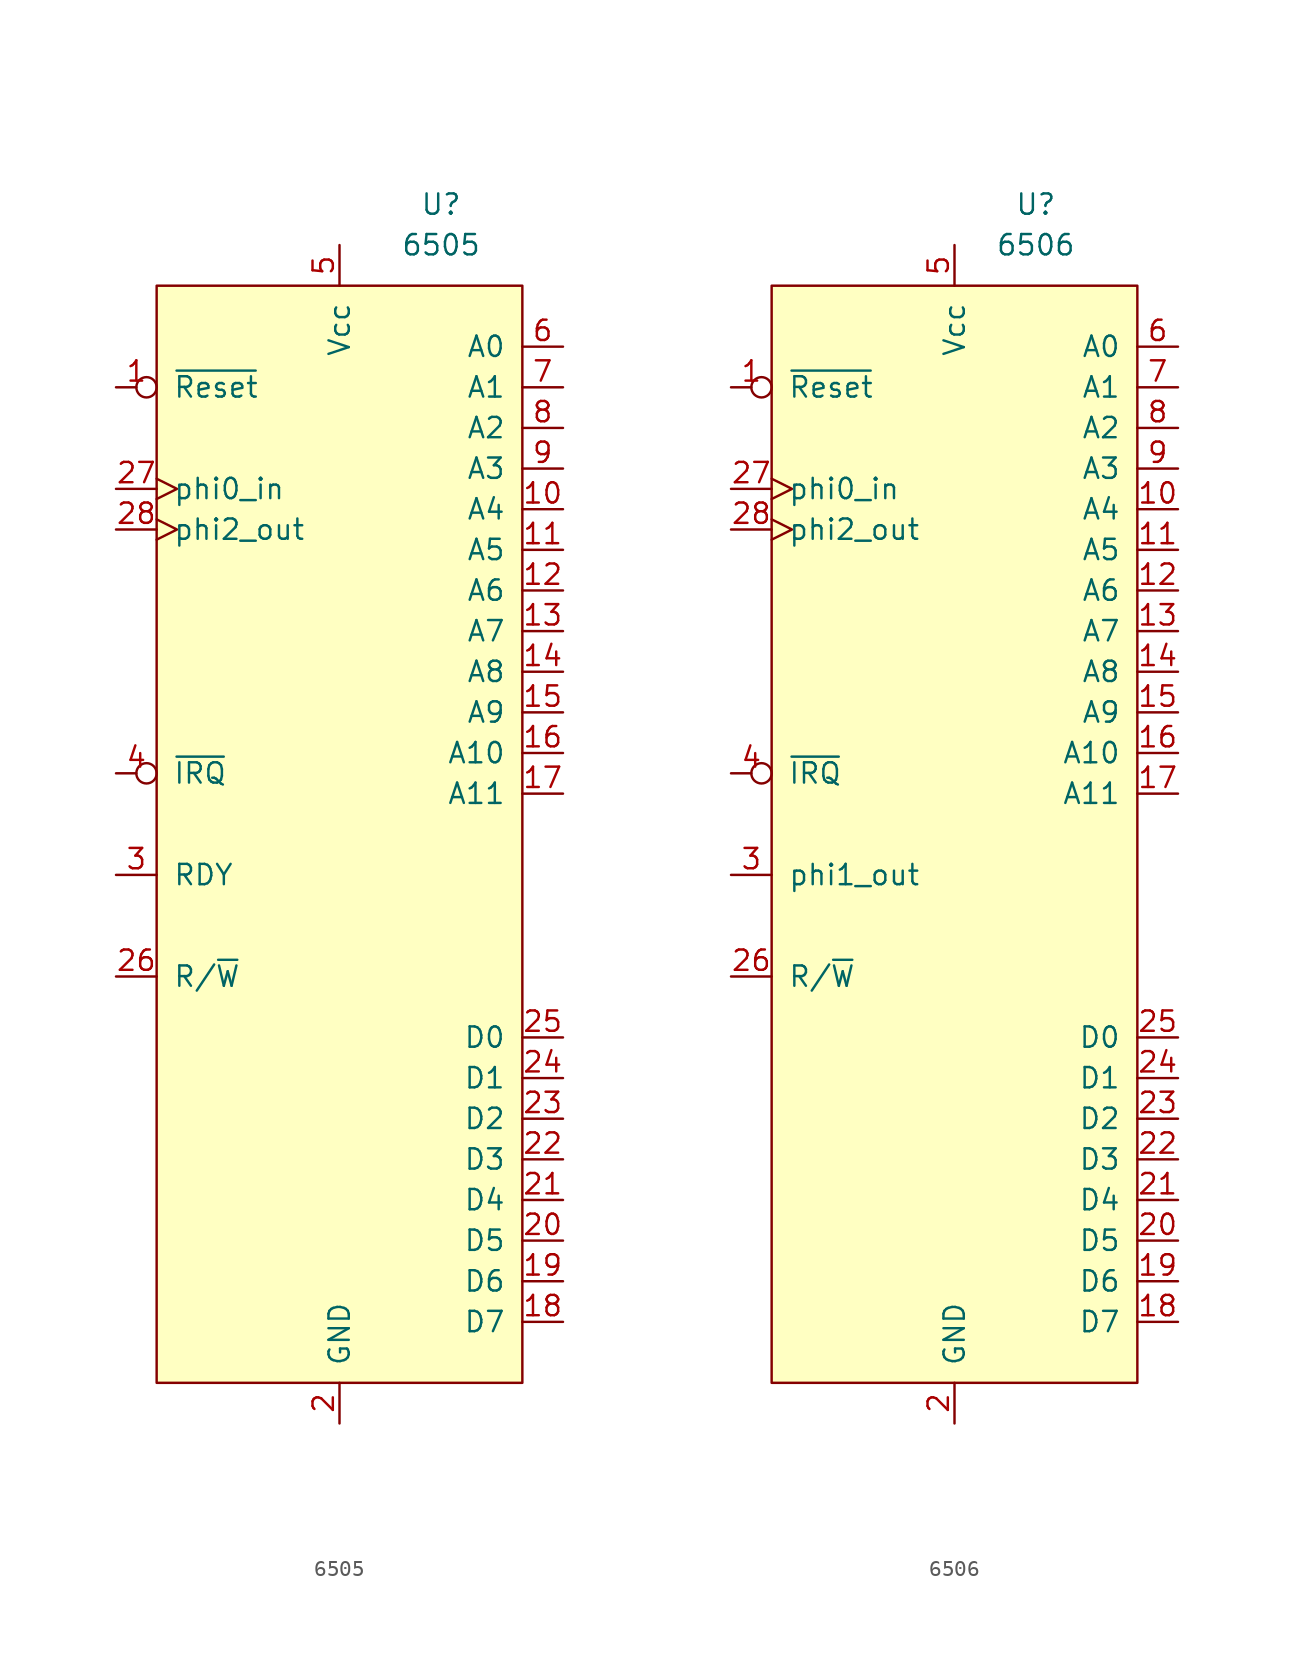
<source format=kicad_sym>
(kicad_symbol_lib
  (version 20201005)
  (generator kicad_symbol_editor)
  (symbol "C64:6505"
    (pin_names
      (offset 1.016))
    (property "Reference" "U"
      (at 0 1.27 0)
      (effects (font (size 1.27 1.27))))
    (property "Value" "6505"
      (at 0 -1.27 0)
      (effects (font (size 1.27 1.27))))
    (symbol "6505_1_1"
      (polyline (pts (xy -6.35 -3.81) (xy 2.54 -3.81) (xy 5.08 -3.81) (xy 5.08 -72.39) (xy -17.78 -72.39) (xy -17.78 -3.81) (xy -6.35 -3.81)) (stroke (width 0)) (fill (type background)))
      (pin input inverted (at -20.32 -10.16 0) (length 2.54) (name "~Reset~" (effects (font (size 1.27 1.27)))) (number "1" (effects (font (size 1.27 1.27)))))
      (pin output line (at 7.62 -17.78 180) (length 2.54) (name "A4" (effects (font (size 1.27 1.27)))) (number "10" (effects (font (size 1.27 1.27)))))
      (pin output line (at 7.62 -20.32 180) (length 2.54) (name "A5" (effects (font (size 1.27 1.27)))) (number "11" (effects (font (size 1.27 1.27)))))
      (pin output line (at 7.62 -22.86 180) (length 2.54) (name "A6" (effects (font (size 1.27 1.27)))) (number "12" (effects (font (size 1.27 1.27)))))
      (pin output line (at 7.62 -25.4 180) (length 2.54) (name "A7" (effects (font (size 1.27 1.27)))) (number "13" (effects (font (size 1.27 1.27)))))
      (pin output line (at 7.62 -27.94 180) (length 2.54) (name "A8" (effects (font (size 1.27 1.27)))) (number "14" (effects (font (size 1.27 1.27)))))
      (pin output line (at 7.62 -30.48 180) (length 2.54) (name "A9" (effects (font (size 1.27 1.27)))) (number "15" (effects (font (size 1.27 1.27)))))
      (pin output line (at 7.62 -33.02 180) (length 2.54) (name "A10" (effects (font (size 1.27 1.27)))) (number "16" (effects (font (size 1.27 1.27)))))
      (pin output line (at 7.62 -35.56 180) (length 2.54) (name "A11" (effects (font (size 1.27 1.27)))) (number "17" (effects (font (size 1.27 1.27)))))
      (pin bidirectional line (at 7.62 -68.58 180) (length 2.54) (name "D7" (effects (font (size 1.27 1.27)))) (number "18" (effects (font (size 1.27 1.27)))))
      (pin bidirectional line (at 7.62 -66.04 180) (length 2.54) (name "D6" (effects (font (size 1.27 1.27)))) (number "19" (effects (font (size 1.27 1.27)))))
      (pin power_in line (at -6.35 -74.93 90) (length 2.54) (name "GND" (effects (font (size 1.27 1.27)))) (number "2" (effects (font (size 1.27 1.27)))))
      (pin bidirectional line (at 7.62 -63.5 180) (length 2.54) (name "D5" (effects (font (size 1.27 1.27)))) (number "20" (effects (font (size 1.27 1.27)))))
      (pin bidirectional line (at 7.62 -60.96 180) (length 2.54) (name "D4" (effects (font (size 1.27 1.27)))) (number "21" (effects (font (size 1.27 1.27)))))
      (pin bidirectional line (at 7.62 -58.42 180) (length 2.54) (name "D3" (effects (font (size 1.27 1.27)))) (number "22" (effects (font (size 1.27 1.27)))))
      (pin bidirectional line (at 7.62 -55.88 180) (length 2.54) (name "D2" (effects (font (size 1.27 1.27)))) (number "23" (effects (font (size 1.27 1.27)))))
      (pin bidirectional line (at 7.62 -53.34 180) (length 2.54) (name "D1" (effects (font (size 1.27 1.27)))) (number "24" (effects (font (size 1.27 1.27)))))
      (pin bidirectional line (at 7.62 -50.8 180) (length 2.54) (name "D0" (effects (font (size 1.27 1.27)))) (number "25" (effects (font (size 1.27 1.27)))))
      (pin output line (at -20.32 -46.99 0) (length 2.54) (name "R/~W~" (effects (font (size 1.27 1.27)))) (number "26" (effects (font (size 1.27 1.27)))))
      (pin input clock (at -20.32 -16.51 0) (length 2.54) (name "phi0_in" (effects (font (size 1.27 1.27)))) (number "27" (effects (font (size 1.27 1.27)))))
      (pin output clock (at -20.32 -19.05 0) (length 2.54) (name "phi2_out" (effects (font (size 1.27 1.27)))) (number "28" (effects (font (size 1.27 1.27)))))
      (pin input line (at -20.32 -40.64 0) (length 2.54) (name "RDY" (effects (font (size 1.27 1.27)))) (number "3" (effects (font (size 1.27 1.27)))))
      (pin input inverted (at -20.32 -34.29 0) (length 2.54) (name "~IRQ~" (effects (font (size 1.27 1.27)))) (number "4" (effects (font (size 1.27 1.27)))))
      (pin power_in line (at -6.35 -1.27 270) (length 2.54) (name "Vcc" (effects (font (size 1.27 1.27)))) (number "5" (effects (font (size 1.27 1.27)))))
      (pin output line (at 7.62 -7.62 180) (length 2.54) (name "A0" (effects (font (size 1.27 1.27)))) (number "6" (effects (font (size 1.27 1.27)))))
      (pin output line (at 7.62 -10.16 180) (length 2.54) (name "A1" (effects (font (size 1.27 1.27)))) (number "7" (effects (font (size 1.27 1.27)))))
      (pin output line (at 7.62 -12.7 180) (length 2.54) (name "A2" (effects (font (size 1.27 1.27)))) (number "8" (effects (font (size 1.27 1.27)))))
      (pin output line (at 7.62 -15.24 180) (length 2.54) (name "A3" (effects (font (size 1.27 1.27)))) (number "9" (effects (font (size 1.27 1.27)))))))
  (symbol "C64:6506"
    (pin_names
      (offset 1.016))
    (property "Reference" "U"
      (at 0 0 0)
      (effects (font (size 1.27 1.27))))
    (property "Value" "6506"
      (at 0 -2.54 0)
      (effects (font (size 1.27 1.27))))
    (symbol "6506_1_1"
      (polyline (pts (xy -5.08 -5.08) (xy 3.81 -5.08) (xy 6.35 -5.08) (xy 6.35 -73.66) (xy -16.51 -73.66) (xy -16.51 -5.08) (xy -5.08 -5.08)) (stroke (width 0)) (fill (type background)))
      (pin input inverted (at -19.05 -11.43 0) (length 2.54) (name "~Reset~" (effects (font (size 1.27 1.27)))) (number "1" (effects (font (size 1.27 1.27)))))
      (pin output line (at 8.89 -19.05 180) (length 2.54) (name "A4" (effects (font (size 1.27 1.27)))) (number "10" (effects (font (size 1.27 1.27)))))
      (pin output line (at 8.89 -21.59 180) (length 2.54) (name "A5" (effects (font (size 1.27 1.27)))) (number "11" (effects (font (size 1.27 1.27)))))
      (pin output line (at 8.89 -24.13 180) (length 2.54) (name "A6" (effects (font (size 1.27 1.27)))) (number "12" (effects (font (size 1.27 1.27)))))
      (pin output line (at 8.89 -26.67 180) (length 2.54) (name "A7" (effects (font (size 1.27 1.27)))) (number "13" (effects (font (size 1.27 1.27)))))
      (pin output line (at 8.89 -29.21 180) (length 2.54) (name "A8" (effects (font (size 1.27 1.27)))) (number "14" (effects (font (size 1.27 1.27)))))
      (pin output line (at 8.89 -31.75 180) (length 2.54) (name "A9" (effects (font (size 1.27 1.27)))) (number "15" (effects (font (size 1.27 1.27)))))
      (pin output line (at 8.89 -34.29 180) (length 2.54) (name "A10" (effects (font (size 1.27 1.27)))) (number "16" (effects (font (size 1.27 1.27)))))
      (pin output line (at 8.89 -36.83 180) (length 2.54) (name "A11" (effects (font (size 1.27 1.27)))) (number "17" (effects (font (size 1.27 1.27)))))
      (pin bidirectional line (at 8.89 -69.85 180) (length 2.54) (name "D7" (effects (font (size 1.27 1.27)))) (number "18" (effects (font (size 1.27 1.27)))))
      (pin bidirectional line (at 8.89 -67.31 180) (length 2.54) (name "D6" (effects (font (size 1.27 1.27)))) (number "19" (effects (font (size 1.27 1.27)))))
      (pin power_in line (at -5.08 -76.2 90) (length 2.54) (name "GND" (effects (font (size 1.27 1.27)))) (number "2" (effects (font (size 1.27 1.27)))))
      (pin bidirectional line (at 8.89 -64.77 180) (length 2.54) (name "D5" (effects (font (size 1.27 1.27)))) (number "20" (effects (font (size 1.27 1.27)))))
      (pin bidirectional line (at 8.89 -62.23 180) (length 2.54) (name "D4" (effects (font (size 1.27 1.27)))) (number "21" (effects (font (size 1.27 1.27)))))
      (pin bidirectional line (at 8.89 -59.69 180) (length 2.54) (name "D3" (effects (font (size 1.27 1.27)))) (number "22" (effects (font (size 1.27 1.27)))))
      (pin bidirectional line (at 8.89 -57.15 180) (length 2.54) (name "D2" (effects (font (size 1.27 1.27)))) (number "23" (effects (font (size 1.27 1.27)))))
      (pin bidirectional line (at 8.89 -54.61 180) (length 2.54) (name "D1" (effects (font (size 1.27 1.27)))) (number "24" (effects (font (size 1.27 1.27)))))
      (pin bidirectional line (at 8.89 -52.07 180) (length 2.54) (name "D0" (effects (font (size 1.27 1.27)))) (number "25" (effects (font (size 1.27 1.27)))))
      (pin output line (at -19.05 -48.26 0) (length 2.54) (name "R/~W~" (effects (font (size 1.27 1.27)))) (number "26" (effects (font (size 1.27 1.27)))))
      (pin input clock (at -19.05 -17.78 0) (length 2.54) (name "phi0_in" (effects (font (size 1.27 1.27)))) (number "27" (effects (font (size 1.27 1.27)))))
      (pin output clock (at -19.05 -20.32 0) (length 2.54) (name "phi2_out" (effects (font (size 1.27 1.27)))) (number "28" (effects (font (size 1.27 1.27)))))
      (pin input line (at -19.05 -41.91 0) (length 2.54) (name "phi1_out" (effects (font (size 1.27 1.27)))) (number "3" (effects (font (size 1.27 1.27)))))
      (pin input inverted (at -19.05 -35.56 0) (length 2.54) (name "~IRQ~" (effects (font (size 1.27 1.27)))) (number "4" (effects (font (size 1.27 1.27)))))
      (pin power_in line (at -5.08 -2.54 270) (length 2.54) (name "Vcc" (effects (font (size 1.27 1.27)))) (number "5" (effects (font (size 1.27 1.27)))))
      (pin output line (at 8.89 -8.89 180) (length 2.54) (name "A0" (effects (font (size 1.27 1.27)))) (number "6" (effects (font (size 1.27 1.27)))))
      (pin output line (at 8.89 -11.43 180) (length 2.54) (name "A1" (effects (font (size 1.27 1.27)))) (number "7" (effects (font (size 1.27 1.27)))))
      (pin output line (at 8.89 -13.97 180) (length 2.54) (name "A2" (effects (font (size 1.27 1.27)))) (number "8" (effects (font (size 1.27 1.27)))))
      (pin output line (at 8.89 -16.51 180) (length 2.54) (name "A3" (effects (font (size 1.27 1.27)))) (number "9" (effects (font (size 1.27 1.27))))))))
</source>
